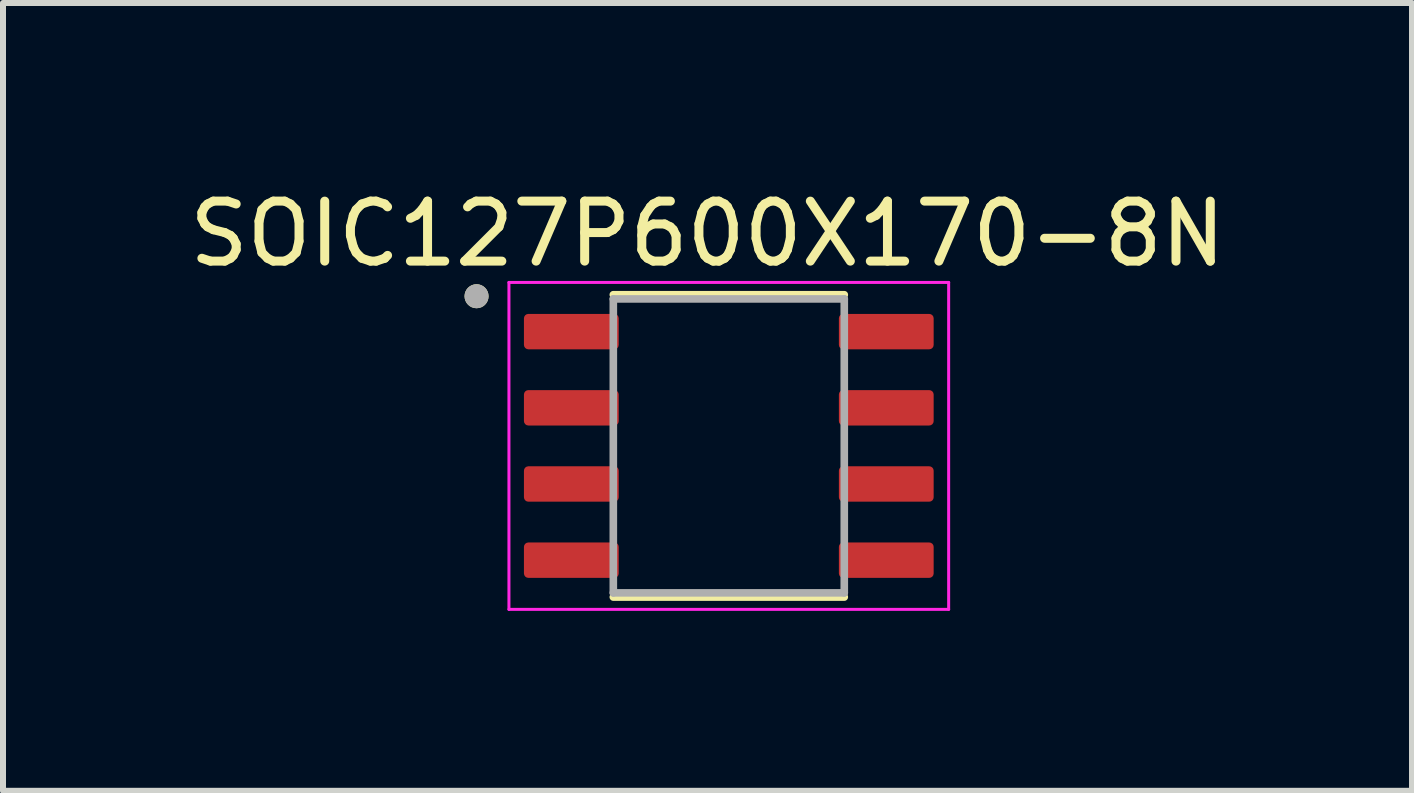
<source format=kicad_pcb>
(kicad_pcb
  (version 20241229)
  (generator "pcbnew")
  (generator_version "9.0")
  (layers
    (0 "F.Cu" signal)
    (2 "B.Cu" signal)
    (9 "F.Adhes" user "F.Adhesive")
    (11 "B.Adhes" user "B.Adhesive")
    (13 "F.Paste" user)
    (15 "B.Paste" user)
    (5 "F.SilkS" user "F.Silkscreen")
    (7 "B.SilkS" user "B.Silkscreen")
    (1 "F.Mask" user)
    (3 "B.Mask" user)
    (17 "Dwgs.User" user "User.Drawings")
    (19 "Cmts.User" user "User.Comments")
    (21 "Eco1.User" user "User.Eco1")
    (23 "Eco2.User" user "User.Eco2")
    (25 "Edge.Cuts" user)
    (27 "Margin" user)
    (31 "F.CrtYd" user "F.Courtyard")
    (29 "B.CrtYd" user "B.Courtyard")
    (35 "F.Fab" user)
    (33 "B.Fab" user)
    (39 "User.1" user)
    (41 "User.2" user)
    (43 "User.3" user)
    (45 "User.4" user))
  (footprint "SOIC127P600X170-8N"
    (layer "F.Cu")
    (at 9.099 4.383)
    (property "Reference" "SOIC127P600X170-8N" (at -0.355 -3.535 0) (layer "F.SilkS") (effects (font (size 1 1) (thickness 0.15))))
    (attr smd)
    (fp_line (start -1.925 -2.52) (end 1.925 -2.52) (stroke (width 0.127) (type solid)) (layer "F.SilkS"))
    (fp_line (start -1.925 2.52) (end 1.925 2.52) (stroke (width 0.127) (type solid)) (layer "F.SilkS"))
    (fp_circle (center -4.205 -2.495) (end -4.105 -2.495) (stroke (width 0.2) (type solid)) (fill no) (layer "F.SilkS"))
    (fp_line (start -3.665 -2.725) (end -3.665 2.725) (stroke (width 0.05) (type solid)) (layer "F.CrtYd"))
    (fp_line (start -3.665 -2.725) (end 3.665 -2.725) (stroke (width 0.05) (type solid)) (layer "F.CrtYd"))
    (fp_line (start -3.665 2.725) (end 3.665 2.725) (stroke (width 0.05) (type solid)) (layer "F.CrtYd"))
    (fp_line (start 3.665 -2.725) (end 3.665 2.725) (stroke (width 0.05) (type solid)) (layer "F.CrtYd"))
    (fp_line (start -1.925 -2.45) (end -1.925 2.45) (stroke (width 0.127) (type solid)) (layer "F.Fab"))
    (fp_line (start -1.925 -2.45) (end 1.925 -2.45) (stroke (width 0.127) (type solid)) (layer "F.Fab"))
    (fp_line (start -1.925 2.45) (end 1.925 2.45) (stroke (width 0.127) (type solid)) (layer "F.Fab"))
    (fp_line (start 1.925 -2.45) (end 1.925 2.45) (stroke (width 0.127) (type solid)) (layer "F.Fab"))
    (fp_circle (center -4.205 -2.495) (end -4.105 -2.495) (stroke (width 0.2) (type solid)) (fill no) (layer "F.Fab"))
    (pad "1" smd roundrect (at -2.625 -1.905) (size 1.58 0.59) (layers "F.Cu" "F.Mask" "F.Paste") (roundrect_rratio 0.125))
    (pad "2" smd roundrect (at -2.625 -0.635) (size 1.58 0.59) (layers "F.Cu" "F.Mask" "F.Paste") (roundrect_rratio 0.125))
    (pad "3" smd roundrect (at -2.625 0.635) (size 1.58 0.59) (layers "F.Cu" "F.Mask" "F.Paste") (roundrect_rratio 0.125))
    (pad "4" smd roundrect (at -2.625 1.905) (size 1.58 0.59) (layers "F.Cu" "F.Mask" "F.Paste") (roundrect_rratio 0.125))
    (pad "5" smd roundrect (at 2.625 1.905) (size 1.58 0.59) (layers "F.Cu" "F.Mask" "F.Paste") (roundrect_rratio 0.125))
    (pad "6" smd roundrect (at 2.625 0.635) (size 1.58 0.59) (layers "F.Cu" "F.Mask" "F.Paste") (roundrect_rratio 0.125))
    (pad "7" smd roundrect (at 2.625 -0.635) (size 1.58 0.59) (layers "F.Cu" "F.Mask" "F.Paste") (roundrect_rratio 0.125))
    (pad "8" smd roundrect (at 2.625 -1.905) (size 1.58 0.59) (layers "F.Cu" "F.Mask" "F.Paste") (roundrect_rratio 0.125)))
  (gr_rect
    (start -3 -3)
    (end 20.488 10.133)
    (stroke (width 0.1) (type default))
    (fill no)
    (layer "Edge.Cuts")))
</source>
